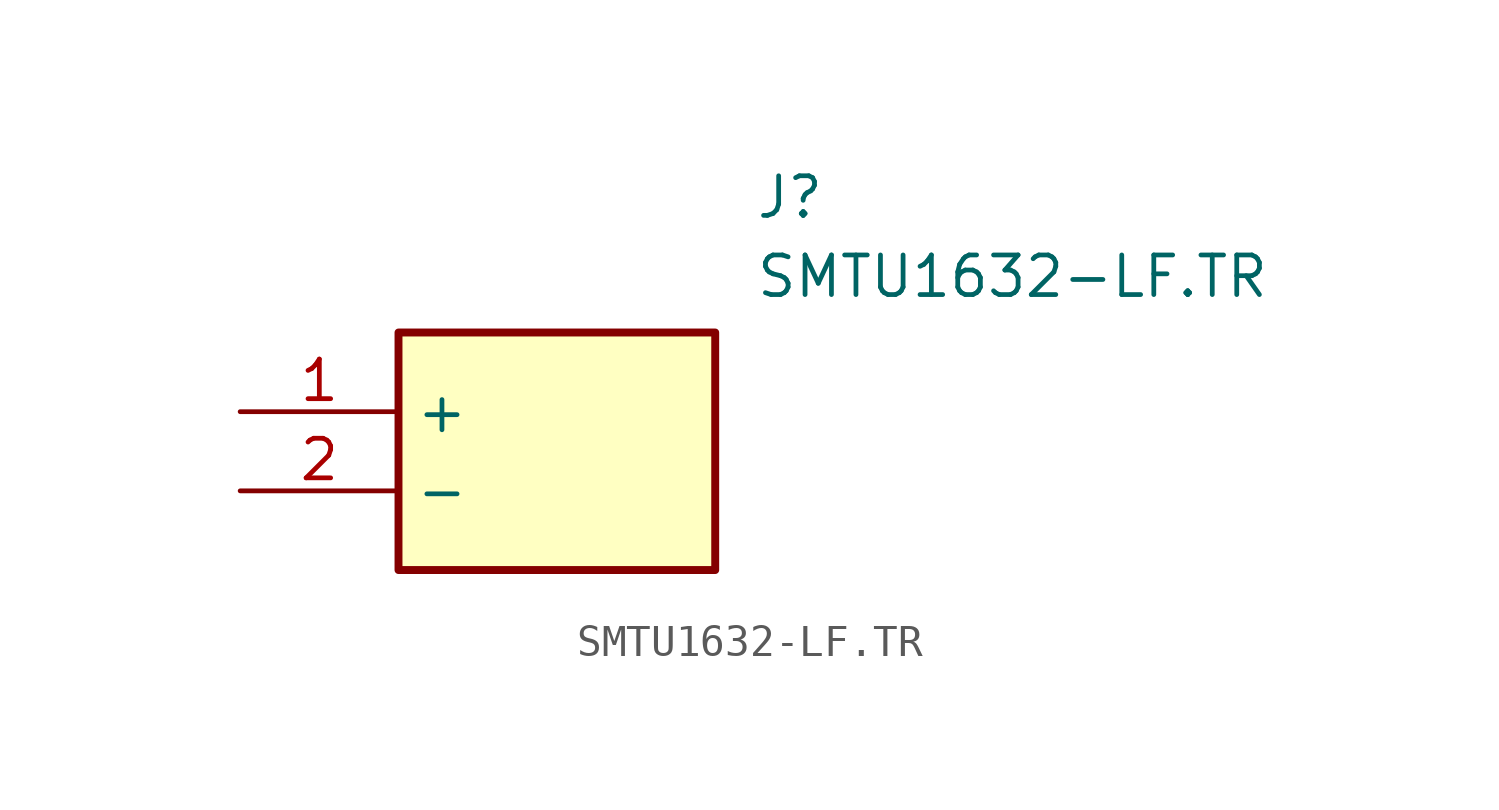
<source format=kicad_sym>
(kicad_symbol_lib
  (version 20211014)
  (generator SamacSys_ECAD_Model)
  (symbol "SMTU1632-LF.TR"
    (property "Reference" "J"
      (at 16.51 7.62 0)
      (effects (font (size 1.27 1.27)) (justify left top)))
    (property "Value" "SMTU1632-LF.TR"
      (at 16.51 5.08 0)
      (effects (font (size 1.27 1.27)) (justify left top)))
    (rectangle
      (start 5.08 2.54)
      (end 15.24 -5.08)
      (stroke (width 0.254) (type default))
      (fill (type background)))
    (pin passive line
      (at 0 0 0)
      (length 5.08)
      (name "+" (effects (font (size 1.27 1.27))))
      (number "1" (effects (font (size 1.27 1.27)))))
    (pin passive line
      (at 0 -2.54 0)
      (length 5.08)
      (name "-" (effects (font (size 1.27 1.27))))
      (number "2" (effects (font (size 1.27 1.27)))))))
</source>
